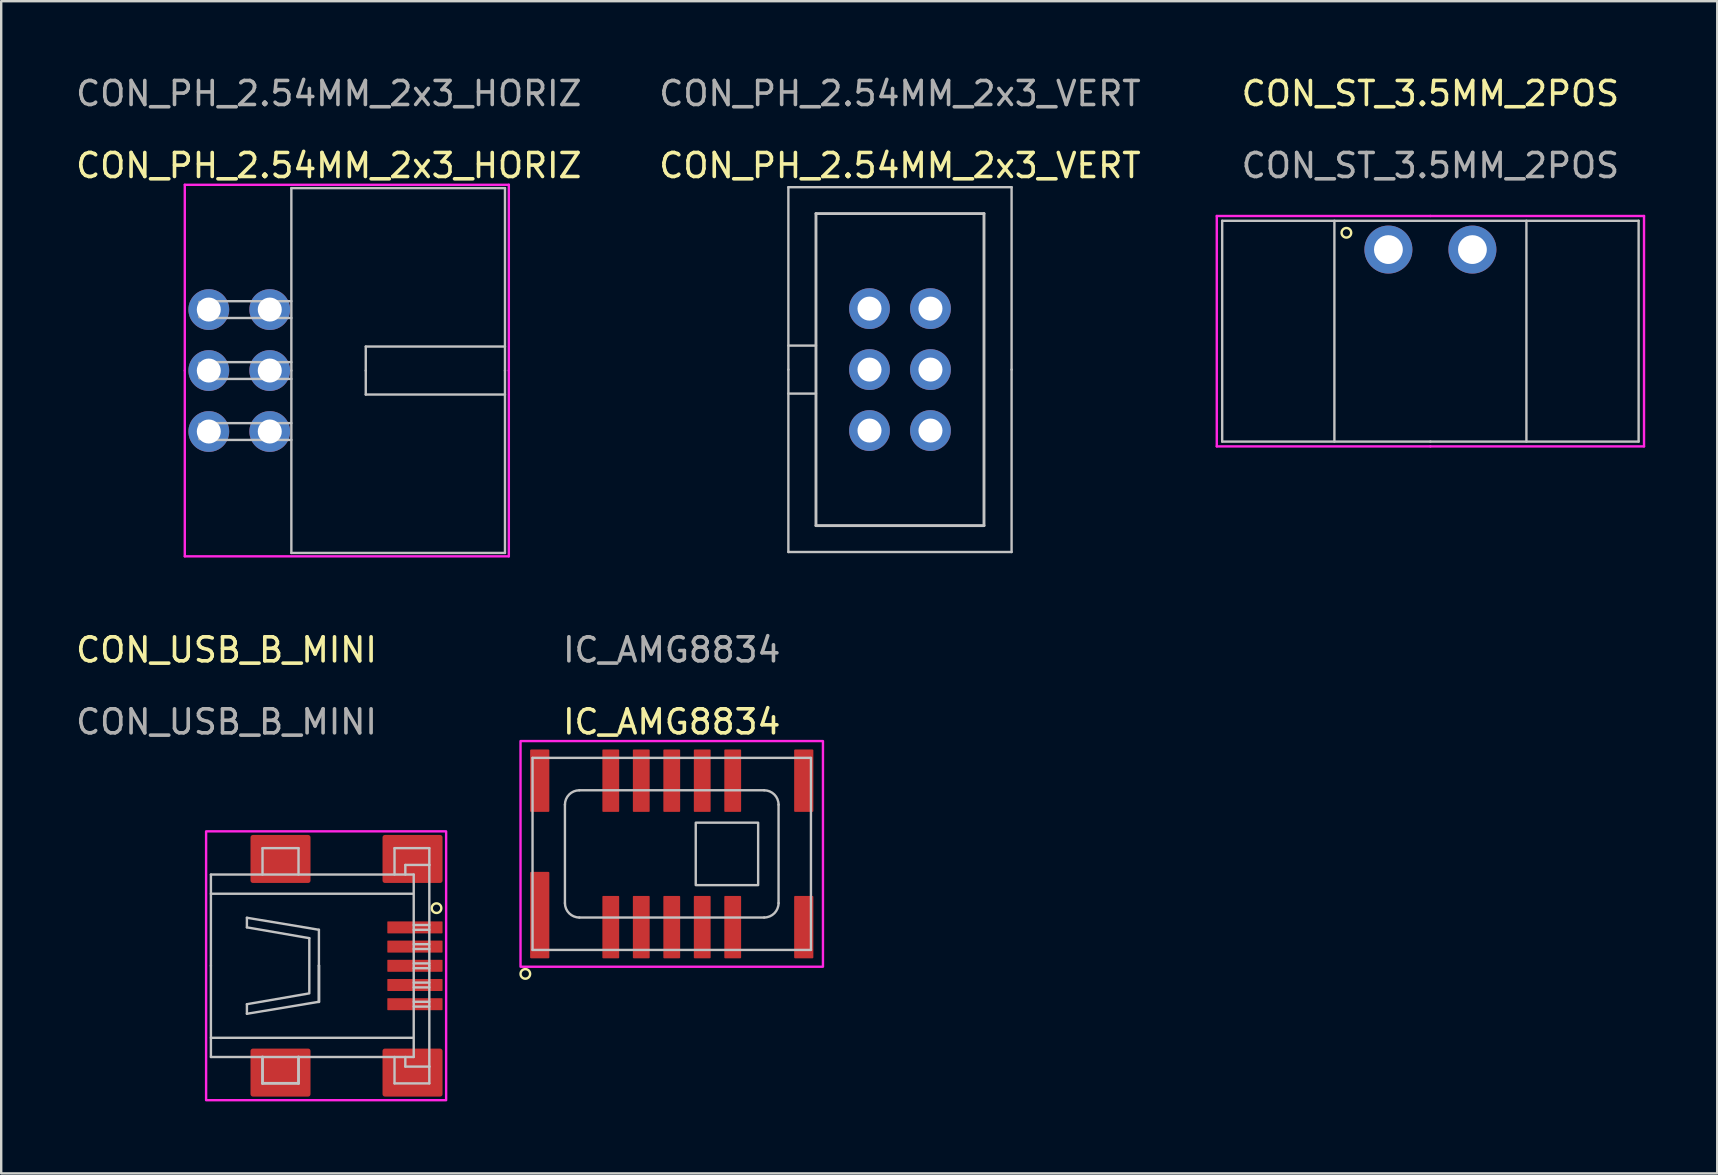
<source format=kicad_pcb>
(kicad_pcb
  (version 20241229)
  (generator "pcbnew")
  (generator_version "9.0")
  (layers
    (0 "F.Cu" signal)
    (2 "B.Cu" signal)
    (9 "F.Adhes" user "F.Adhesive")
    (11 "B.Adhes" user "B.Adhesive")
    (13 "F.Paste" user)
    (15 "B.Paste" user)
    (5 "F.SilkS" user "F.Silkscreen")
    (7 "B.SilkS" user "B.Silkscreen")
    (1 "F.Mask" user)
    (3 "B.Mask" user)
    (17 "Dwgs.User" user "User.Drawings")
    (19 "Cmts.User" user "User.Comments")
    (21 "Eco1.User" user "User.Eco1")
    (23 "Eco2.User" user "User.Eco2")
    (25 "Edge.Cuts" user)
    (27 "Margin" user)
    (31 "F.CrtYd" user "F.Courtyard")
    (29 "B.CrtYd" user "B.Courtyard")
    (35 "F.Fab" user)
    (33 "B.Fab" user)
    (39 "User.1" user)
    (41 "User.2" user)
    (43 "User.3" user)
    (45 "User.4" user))
  (footprint "CON_USB_B_MINI"
    (layer "F.Cu")
    (at 5.737 37.187)
    (property "Reference" "CON_USB_B_MINI" (at 0.65 -13.16 0) (unlocked yes) (layer "F.SilkS") (effects (font (size 1 1) (thickness 0.15))))
    (attr smd)
    (fp_rect (start 7.25 1.83) (end 9.75 -1.82) (stroke (width 0) (type solid)) (fill yes) (layer "F.Mask"))
    (fp_circle (center 9.4 -2.4) (end 9.6 -2.4) (stroke (width 0.1) (type default)) (fill no) (layer "F.SilkS"))
    (fp_line (start 0 -3.8) (end 8.45 -3.8) (stroke (width 0.1) (type default)) (layer "Dwgs.User"))
    (fp_line (start 0 -3) (end 8.4 -3) (stroke (width 0.1) (type default)) (layer "Dwgs.User"))
    (fp_line (start 0 0) (end 0 -3.8) (stroke (width 0.1) (type default)) (layer "Dwgs.User"))
    (fp_line (start 0 0) (end 0 3.8) (stroke (width 0.1) (type default)) (layer "Dwgs.User"))
    (fp_line (start 0 3) (end 8.4 3) (stroke (width 0.1) (type default)) (layer "Dwgs.User"))
    (fp_line (start 0 3.8) (end 8.45 3.8) (stroke (width 0.1) (type default)) (layer "Dwgs.User"))
    (fp_line (start 1.5 -2) (end 1.5 -1.6) (stroke (width 0.1) (type default)) (layer "Dwgs.User"))
    (fp_line (start 1.5 -2) (end 4.5 -1.5) (stroke (width 0.1) (type default)) (layer "Dwgs.User"))
    (fp_line (start 1.5 -1.6) (end 4.1 -1.15) (stroke (width 0.1) (type default)) (layer "Dwgs.User"))
    (fp_line (start 1.5 1.6) (end 1.5 2) (stroke (width 0.1) (type default)) (layer "Dwgs.User"))
    (fp_line (start 1.5 1.6) (end 4.1 1.15) (stroke (width 0.1) (type default)) (layer "Dwgs.User"))
    (fp_line (start 1.5 2) (end 4.5 1.5) (stroke (width 0.1) (type default)) (layer "Dwgs.User"))
    (fp_line (start 2.15 -4.9) (end 3.65 -4.9) (stroke (width 0.1) (type default)) (layer "Dwgs.User"))
    (fp_line (start 2.15 -3.8) (end 2.15 -4.9) (stroke (width 0.1) (type default)) (layer "Dwgs.User"))
    (fp_line (start 2.15 4.9) (end 2.15 3.8) (stroke (width 0.12) (type default)) (layer "Dwgs.User"))
    (fp_line (start 3.65 -4.9) (end 3.65 -3.8) (stroke (width 0.1) (type default)) (layer "Dwgs.User"))
    (fp_line (start 3.65 3.8) (end 3.65 4.9) (stroke (width 0.12) (type default)) (layer "Dwgs.User"))
    (fp_line (start 3.65 4.9) (end 2.15 4.9) (stroke (width 0.12) (type default)) (layer "Dwgs.User"))
    (fp_line (start 4.1 -1.15) (end 4.1 1.1) (stroke (width 0.1) (type default)) (layer "Dwgs.User"))
    (fp_line (start 4.5 -1.5) (end 4.5 0) (stroke (width 0.1) (type default)) (layer "Dwgs.User"))
    (fp_line (start 4.5 1.5) (end 4.5 0) (stroke (width 0.12) (type default)) (layer "Dwgs.User"))
    (fp_line (start 7.65 -4.9) (end 7.65 -3.8) (stroke (width 0.1) (type default)) (layer "Dwgs.User"))
    (fp_line (start 7.65 -4.9) (end 9.1 -4.9) (stroke (width 0.1) (type default)) (layer "Dwgs.User"))
    (fp_line (start 7.65 4.9) (end 7.65 3.8) (stroke (width 0.1) (type default)) (layer "Dwgs.User"))
    (fp_line (start 7.65 4.9) (end 9.1 4.9) (stroke (width 0.1) (type default)) (layer "Dwgs.User"))
    (fp_line (start 8.1 -4.2) (end 9.1 -4.2) (stroke (width 0.1) (type default)) (layer "Dwgs.User"))
    (fp_line (start 8.1 -3.8) (end 8.1 -4.2) (stroke (width 0.1) (type default)) (layer "Dwgs.User"))
    (fp_line (start 8.1 3.8) (end 8.1 4.2) (stroke (width 0.1) (type default)) (layer "Dwgs.User"))
    (fp_line (start 8.1 4.2) (end 9.1 4.2) (stroke (width 0.1) (type default)) (layer "Dwgs.User"))
    (fp_line (start 8.45 -3.8) (end 8.45 3.8) (stroke (width 0.1) (type default)) (layer "Dwgs.User"))
    (fp_line (start 8.45 -1.7) (end 9.1 -1.7) (stroke (width 0.1) (type default)) (layer "Dwgs.User"))
    (fp_line (start 8.45 -1.5) (end 9.1 -1.5) (stroke (width 0.1) (type default)) (layer "Dwgs.User"))
    (fp_line (start 8.45 -0.9) (end 9.1 -0.9) (stroke (width 0.1) (type default)) (layer "Dwgs.User"))
    (fp_line (start 8.45 -0.7) (end 9.1 -0.7) (stroke (width 0.1) (type default)) (layer "Dwgs.User"))
    (fp_line (start 8.45 -0.1) (end 9.1 -0.1) (stroke (width 0.1) (type default)) (layer "Dwgs.User"))
    (fp_line (start 8.45 0.1) (end 9.1 0.1) (stroke (width 0.1) (type default)) (layer "Dwgs.User"))
    (fp_line (start 8.45 0.7) (end 9.1 0.7) (stroke (width 0.1) (type default)) (layer "Dwgs.User"))
    (fp_line (start 8.45 0.9) (end 9.1 0.9) (stroke (width 0.1) (type default)) (layer "Dwgs.User"))
    (fp_line (start 8.45 1.5) (end 9.1 1.5) (stroke (width 0.1) (type default)) (layer "Dwgs.User"))
    (fp_line (start 8.45 1.7) (end 9.1 1.7) (stroke (width 0.1) (type default)) (layer "Dwgs.User"))
    (fp_line (start 9.1 -4.9) (end 9.1 -4.2) (stroke (width 0.1) (type default)) (layer "Dwgs.User"))
    (fp_line (start 9.1 -4.2) (end 9.1 0) (stroke (width 0.1) (type default)) (layer "Dwgs.User"))
    (fp_line (start 9.1 4.2) (end 9.1 0) (stroke (width 0.1) (type default)) (layer "Dwgs.User"))
    (fp_line (start 9.1 4.9) (end 9.1 4.2) (stroke (width 0.1) (type default)) (layer "Dwgs.User"))
    (fp_rect (start -0.2 5.6) (end 9.8 -5.6) (stroke (width 0.1) (type default)) (fill no) (layer "F.CrtYd"))
    (fp_text user "${REFERENCE}" (at 0.65 -10.16 0) (unlocked yes) (layer "F.Fab") (effects (font (size 1 1) (thickness 0.15))))
    (pad "" np_thru_hole circle (at 5.9 -2.2) (size 0.001 0.001) (drill 0.9) (layers "*.Cu" "*.Mask"))
    (pad "" np_thru_hole circle (at 5.9 2.2) (size 0.001 0.001) (drill 0.9) (layers "*.Cu" "*.Mask"))
    (pad "1" smd roundrect (at 8.5 -1.6) (size 2.3 0.5) (layers "F.Cu" "F.Mask" "F.Paste") (roundrect_rratio 0.05))
    (pad "2" smd roundrect (at 8.5 -0.8) (size 2.3 0.5) (layers "F.Cu" "F.Mask" "F.Paste") (roundrect_rratio 0.05))
    (pad "3" smd roundrect (at 8.5 0) (size 2.3 0.5) (layers "F.Cu" "F.Mask" "F.Paste") (roundrect_rratio 0.05))
    (pad "4" smd roundrect (at 8.5 0.8) (size 2.3 0.5) (layers "F.Cu" "F.Mask" "F.Paste") (roundrect_rratio 0.05))
    (pad "5" smd roundrect (at 8.5 1.6) (size 2.3 0.5) (layers "F.Cu" "F.Mask" "F.Paste") (roundrect_rratio 0.05))
    (pad "6" smd roundrect (at 2.9 -4.45) (size 2.5 2) (layers "F.Cu" "F.Mask" "F.Paste") (roundrect_rratio 0.05))
    (pad "6" smd roundrect (at 2.9 4.45) (size 2.5 2) (layers "F.Cu" "F.Mask" "F.Paste") (roundrect_rratio 0.05))
    (pad "6" smd roundrect (at 8.4 -4.45) (size 2.5 2) (layers "F.Cu" "F.Mask" "F.Paste") (roundrect_rratio 0.05))
    (pad "6" smd roundrect (at 8.4 4.45) (size 2.5 2) (layers "F.Cu" "F.Mask" "F.Paste") (roundrect_rratio 0.05)))
  (footprint "CON_PH_2.54MM_2x3_VERT"
    (layer "F.Cu")
    (at 34.446 12.348)
    (property "Reference" "CON_PH_2.54MM_2x3_VERT" (at 0 -8.5 0) (layer "F.SilkS") (effects (font (size 1 1) (thickness 0.15))))
    (attr through_hole)
    (fp_line (start -4.65 -7.6) (end 4.65 -7.6) (stroke (width 0.1) (type default)) (layer "Dwgs.User"))
    (fp_line (start -4.65 0) (end -4.65 -7.6) (stroke (width 0.1) (type default)) (layer "Dwgs.User"))
    (fp_line (start -4.65 7.6) (end -4.65 0) (stroke (width 0.1) (type default)) (layer "Dwgs.User"))
    (fp_line (start -4.65 7.6) (end 4.65 7.6) (stroke (width 0.1) (type default)) (layer "Dwgs.User"))
    (fp_line (start -3.5 -6.5) (end -3.5 6.5) (stroke (width 0.12) (type default)) (layer "Dwgs.User"))
    (fp_line (start -3.5 -1) (end -4.65 -1) (stroke (width 0.1) (type default)) (layer "Dwgs.User"))
    (fp_line (start -3.5 1) (end -4.65 1) (stroke (width 0.1) (type default)) (layer "Dwgs.User"))
    (fp_line (start -3.5 6.5) (end 3.5 6.5) (stroke (width 0.12) (type default)) (layer "Dwgs.User"))
    (fp_line (start 3.5 -6.5) (end -3.5 -6.5) (stroke (width 0.12) (type default)) (layer "Dwgs.User"))
    (fp_line (start 3.5 6.5) (end 3.5 -6.5) (stroke (width 0.12) (type default)) (layer "Dwgs.User"))
    (fp_line (start 4.65 0) (end 4.65 -7.6) (stroke (width 0.1) (type default)) (layer "Dwgs.User"))
    (fp_line (start 4.65 7.6) (end 4.65 0) (stroke (width 0.1) (type default)) (layer "Dwgs.User"))
    (fp_text user "${REFERENCE}" (at 0 -11.5 180) (layer "F.Fab") (effects (font (size 1 1) (thickness 0.15))))
    (pad "1" thru_hole circle (at -1.27 -2.54) (size 1.7 1.7) (drill 1) (layers "*.Cu" "*.Mask"))
    (pad "2" thru_hole oval (at 1.27 -2.54) (size 1.7 1.7) (drill 1) (layers "*.Cu" "*.Mask"))
    (pad "3" thru_hole oval (at -1.27 0) (size 1.7 1.7) (drill 1) (layers "*.Cu" "*.Mask"))
    (pad "4" thru_hole oval (at 1.27 0) (size 1.7 1.7) (drill 1) (layers "*.Cu" "*.Mask"))
    (pad "5" thru_hole oval (at -1.27 2.54) (size 1.7 1.7) (drill 1) (layers "*.Cu" "*.Mask"))
    (pad "6" thru_hole oval (at 1.27 2.54) (size 1.7 1.7) (drill 1) (layers "*.Cu" "*.Mask")))
  (footprint "CON_PH_2.54MM_2x3_HORIZ"
    (layer "F.Cu")
    (at 5.649 9.848)
    (property "Reference" "CON_PH_2.54MM_2x3_HORIZ" (at 5 -6 0) (layer "F.SilkS") (effects (font (size 1 1) (thickness 0.15))))
    (attr through_hole)
    (fp_line (start -0.16 -0.35) (end -0.16 0.35) (stroke (width 0.1) (type default)) (layer "Dwgs.User"))
    (fp_line (start -0.16 0.35) (end 3.44 0.35) (stroke (width 0.1) (type default)) (layer "Dwgs.User"))
    (fp_line (start -0.16 2.19) (end -0.16 2.89) (stroke (width 0.1) (type default)) (layer "Dwgs.User"))
    (fp_line (start -0.16 2.89) (end 3.44 2.89) (stroke (width 0.1) (type default)) (layer "Dwgs.User"))
    (fp_line (start -0.16 4.73) (end -0.16 5.43) (stroke (width 0.1) (type default)) (layer "Dwgs.User"))
    (fp_line (start -0.16 5.43) (end 3.44 5.43) (stroke (width 0.1) (type default)) (layer "Dwgs.User"))
    (fp_line (start 0.34 -0.35) (end 0.34 0.35) (stroke (width 0.1) (type default)) (layer "Dwgs.User"))
    (fp_line (start 0.34 2.19) (end 0.34 2.89) (stroke (width 0.1) (type default)) (layer "Dwgs.User"))
    (fp_line (start 0.34 4.73) (end 0.34 5.43) (stroke (width 0.1) (type default)) (layer "Dwgs.User"))
    (fp_line (start 2.34 -0.35) (end 2.34 0.35) (stroke (width 0.1) (type default)) (layer "Dwgs.User"))
    (fp_line (start 2.34 2.19) (end 2.34 2.89) (stroke (width 0.1) (type default)) (layer "Dwgs.User"))
    (fp_line (start 2.34 4.73) (end 2.34 5.43) (stroke (width 0.12) (type default)) (layer "Dwgs.User"))
    (fp_line (start 2.74 -0.35) (end 2.74 0.35) (stroke (width 0.1) (type default)) (layer "Dwgs.User"))
    (fp_line (start 2.74 2.19) (end 2.74 2.89) (stroke (width 0.1) (type default)) (layer "Dwgs.User"))
    (fp_line (start 2.74 4.73) (end 2.74 5.43) (stroke (width 0.12) (type default)) (layer "Dwgs.User"))
    (fp_line (start 3.44 -5.06) (end 12.34 -5.06) (stroke (width 0.1) (type default)) (layer "Dwgs.User"))
    (fp_line (start 3.44 -0.35) (end -0.16 -0.35) (stroke (width 0.1) (type default)) (layer "Dwgs.User"))
    (fp_line (start 3.44 2.19) (end -0.16 2.19) (stroke (width 0.1) (type default)) (layer "Dwgs.User"))
    (fp_line (start 3.44 2.54) (end 3.44 -5.06) (stroke (width 0.1) (type default)) (layer "Dwgs.User"))
    (fp_line (start 3.44 2.54) (end 3.44 10.14) (stroke (width 0.1) (type default)) (layer "Dwgs.User"))
    (fp_line (start 3.44 4.73) (end -0.16 4.73) (stroke (width 0.1) (type default)) (layer "Dwgs.User"))
    (fp_line (start 3.44 10.14) (end 12.34 10.14) (stroke (width 0.1) (type default)) (layer "Dwgs.User"))
    (fp_line (start 6.54 2.54) (end 6.54 1.54) (stroke (width 0.1) (type default)) (layer "Dwgs.User"))
    (fp_line (start 6.54 2.54) (end 6.54 3.54) (stroke (width 0.1) (type default)) (layer "Dwgs.User"))
    (fp_line (start 12.34 1.54) (end 6.54 1.54) (stroke (width 0.1) (type default)) (layer "Dwgs.User"))
    (fp_line (start 12.34 2.54) (end 12.34 -5.06) (stroke (width 0.1) (type default)) (layer "Dwgs.User"))
    (fp_line (start 12.34 3.54) (end 6.54 3.54) (stroke (width 0.1) (type default)) (layer "Dwgs.User"))
    (fp_line (start 12.34 10.14) (end 12.34 2.54) (stroke (width 0.1) (type default)) (layer "Dwgs.User"))
    (fp_line (start -1 -5.2) (end -1 2.54) (stroke (width 0.1) (type default)) (layer "F.CrtYd"))
    (fp_line (start -1 10.28) (end -1 2.54) (stroke (width 0.1) (type default)) (layer "F.CrtYd"))
    (fp_line (start 12.5 -5.2) (end -1 -5.2) (stroke (width 0.1) (type default)) (layer "F.CrtYd"))
    (fp_line (start 12.5 -5.2) (end 12.5 2.54) (stroke (width 0.1) (type default)) (layer "F.CrtYd"))
    (fp_line (start 12.5 10.28) (end -1 10.28) (stroke (width 0.1) (type default)) (layer "F.CrtYd"))
    (fp_line (start 12.5 10.28) (end 12.5 2.54) (stroke (width 0.1) (type default)) (layer "F.CrtYd"))
    (fp_line (start -0.39 -0.32) (end -0.39 0.32) (stroke (width 0.1) (type solid)) (layer "F.Fab"))
    (fp_line (start -0.39 2.22) (end -0.39 2.86) (stroke (width 0.1) (type solid)) (layer "F.Fab"))
    (fp_line (start -0.39 4.76) (end -0.39 5.4) (stroke (width 0.1) (type solid)) (layer "F.Fab"))
    (fp_text user "${REFERENCE}" (at 5 -9 0) (layer "F.Fab") (effects (font (size 1 1) (thickness 0.15))))
    (pad "1" thru_hole circle (at 0 0) (size 1.7 1.7) (drill 1) (layers "*.Cu" "*.Mask"))
    (pad "2" thru_hole oval (at 2.54 0) (size 1.7 1.7) (drill 1) (layers "*.Cu" "*.Mask"))
    (pad "3" thru_hole oval (at 0 2.54) (size 1.7 1.7) (drill 1) (layers "*.Cu" "*.Mask"))
    (pad "4" thru_hole oval (at 2.54 2.54) (size 1.7 1.7) (drill 1) (layers "*.Cu" "*.Mask"))
    (pad "5" thru_hole oval (at 0 5.08) (size 1.7 1.7) (drill 1) (layers "*.Cu" "*.Mask"))
    (pad "6" thru_hole oval (at 2.54 5.08) (size 1.7 1.7) (drill 1) (layers "*.Cu" "*.Mask")))
  (footprint "CON_ST_3.5MM_2POS"
    (layer "F.Cu")
    (at 56.545 7.348)
    (property "Reference" "CON_ST_3.5MM_2POS" (at 0 -6.5 0) (unlocked yes) (layer "F.SilkS") (effects (font (size 1 1) (thickness 0.15))))
    (attr through_hole)
    (fp_circle (center -3.5 -0.7) (end -3.3 -0.7) (stroke (width 0.1) (type default)) (fill no) (layer "F.SilkS"))
    (fp_line (start -8.675 8) (end -8.675 -1.2) (stroke (width 0.1) (type default)) (layer "Dwgs.User"))
    (fp_line (start -4 8) (end -4 -1.2) (stroke (width 0.1) (type default)) (layer "Dwgs.User"))
    (fp_line (start 0 8) (end -8.675 8) (stroke (width 0.1) (type default)) (layer "Dwgs.User"))
    (fp_line (start 0 8) (end 8.675 8) (stroke (width 0.1) (type default)) (layer "Dwgs.User"))
    (fp_line (start 4 8) (end 4 -1.2) (stroke (width 0.1) (type default)) (layer "Dwgs.User"))
    (fp_line (start 8.675 -1.2) (end -8.675 -1.2) (stroke (width 0.1) (type default)) (layer "Dwgs.User"))
    (fp_line (start 8.675 8) (end 8.675 -1.2) (stroke (width 0.1) (type default)) (layer "Dwgs.User"))
    (fp_line (start -8.9 -1.4) (end 0 -1.4) (stroke (width 0.1) (type default)) (layer "F.CrtYd"))
    (fp_line (start -8.9 8.2) (end -8.9 -1.4) (stroke (width 0.1) (type default)) (layer "F.CrtYd"))
    (fp_line (start -8.9 8.2) (end 0 8.2) (stroke (width 0.1) (type default)) (layer "F.CrtYd"))
    (fp_line (start 0 8.2) (end 8.9 8.2) (stroke (width 0.1) (type default)) (layer "F.CrtYd"))
    (fp_line (start 8.9 -1.4) (end 0 -1.4) (stroke (width 0.1) (type default)) (layer "F.CrtYd"))
    (fp_line (start 8.9 8.2) (end 8.9 -1.4) (stroke (width 0.1) (type default)) (layer "F.CrtYd"))
    (fp_text user "${REFERENCE}" (at 0 -3.5 0) (unlocked yes) (layer "F.Fab") (effects (font (size 1 1) (thickness 0.15))))
    (pad "" thru_hole circle (at -6.05 0.9) (size 0.001 0.001) (drill 2.4) (layers "*.Cu" "*.Mask"))
    (pad "" thru_hole circle (at 6.05 0.9) (size 0.001 0.001) (drill 2.4) (layers "*.Cu" "*.Mask"))
    (pad "1" thru_hole circle (at -1.75 0) (size 2 2) (drill 1.2) (layers "*.Cu" "*.Mask"))
    (pad "2" thru_hole circle (at 1.75 0) (size 2 2) (drill 1.2) (layers "*.Cu" "*.Mask")))
  (footprint "IC_AMG8834"
    (layer "F.Cu")
    (at 24.937 32.526)
    (property "Reference" "IC_AMG8834" (at 0 -5.5 0) (unlocked yes) (layer "F.SilkS") (effects (font (size 1 1) (thickness 0.15))))
    (attr smd)
    (fp_poly (pts (xy -2.86 -4.45) (xy 2.86 -4.45) (xy 2.86 -1.65) (xy -2.86 -1.65)) (stroke (width 0) (type solid)) (fill yes) (layer "F.Mask"))
    (fp_poly (pts (xy 2.86 4.45) (xy -2.86 4.45) (xy -2.86 1.65) (xy 2.86 1.65)) (stroke (width 0) (type solid)) (fill yes) (layer "F.Mask"))
    (fp_circle (center -6.1 5) (end -5.9 5) (stroke (width 0.1) (type default)) (fill no) (layer "F.SilkS"))
    (fp_line (start -5.8 -4) (end 5.8 -4) (stroke (width 0.1) (type default)) (layer "Dwgs.User"))
    (fp_line (start -5.8 4) (end -5.8 -4) (stroke (width 0.1) (type default)) (layer "Dwgs.User"))
    (fp_line (start -5.8 4) (end 5.8 4) (stroke (width 0.1) (type default)) (layer "Dwgs.User"))
    (fp_line (start -4.45 -2.05) (end -4.45 2.05) (stroke (width 0.1) (type default)) (layer "Dwgs.User"))
    (fp_line (start -3.85 -2.65) (end 3.85 -2.65) (stroke (width 0.1) (type default)) (layer "Dwgs.User"))
    (fp_line (start -3.85 2.65) (end 3.85 2.65) (stroke (width 0.1) (type default)) (layer "Dwgs.User"))
    (fp_line (start 4.45 -2.05) (end 4.45 2.05) (stroke (width 0.1) (type default)) (layer "Dwgs.User"))
    (fp_line (start 5.8 -4) (end 5.8 4) (stroke (width 0.1) (type default)) (layer "Dwgs.User"))
    (fp_rect (start 1 -1.3) (end 3.6 1.3) (stroke (width 0.1) (type default)) (fill no) (layer "Dwgs.User"))
    (fp_arc (start -4.45 -2.05) (mid -4.274263 -2.474263) (end -3.85 -2.65) (stroke (width 0.1) (type default)) (layer "Dwgs.User"))
    (fp_arc (start -3.85 2.65) (mid -4.274263 2.474263) (end -4.45 2.05) (stroke (width 0.1) (type default)) (layer "Dwgs.User"))
    (fp_arc (start 3.85 -2.65) (mid 4.274263 -2.474263) (end 4.45 -2.05) (stroke (width 0.1) (type default)) (layer "Dwgs.User"))
    (fp_arc (start 4.45 2.05) (mid 4.274263 2.474263) (end 3.85 2.65) (stroke (width 0.1) (type default)) (layer "Dwgs.User"))
    (fp_rect (start -6.3 -4.7) (end 6.3 4.7) (stroke (width 0.1) (type default)) (fill no) (layer "F.CrtYd"))
    (fp_text user "${REFERENCE}" (at 0 -8.5 0) (unlocked yes) (layer "F.Fab") (effects (font (size 1 1) (thickness 0.15))))
    (pad "1" smd roundrect (at -5.5 2.55) (size 0.8 3.6) (layers "F.Cu" "F.Mask" "F.Paste") (roundrect_rratio 0.05))
    (pad "2" smd roundrect (at -2.54 3.05) (size 0.7 2.6) (layers "F.Cu" "F.Mask" "F.Paste") (roundrect_rratio 0.05))
    (pad "3" smd roundrect (at -1.27 3.05) (size 0.7 2.6) (layers "F.Cu" "F.Mask" "F.Paste") (roundrect_rratio 0.05))
    (pad "4" smd roundrect (at 0 3.05) (size 0.7 2.6) (layers "F.Cu" "F.Mask" "F.Paste") (roundrect_rratio 0.05))
    (pad "5" smd roundrect (at 1.27 3.05) (size 0.7 2.6) (layers "F.Cu" "F.Mask" "F.Paste") (roundrect_rratio 0.05))
    (pad "6" smd roundrect (at 2.54 3.05) (size 0.7 2.6) (layers "F.Cu" "F.Mask" "F.Paste") (roundrect_rratio 0.05))
    (pad "7" smd roundrect (at 5.5 3.05) (size 0.8 2.6) (layers "F.Cu" "F.Mask" "F.Paste") (roundrect_rratio 0.05))
    (pad "8" smd roundrect (at 5.5 -3.05) (size 0.8 2.6) (layers "F.Cu" "F.Mask" "F.Paste") (roundrect_rratio 0.05))
    (pad "9" smd roundrect (at 2.54 -3.05) (size 0.7 2.6) (layers "F.Cu" "F.Mask" "F.Paste") (roundrect_rratio 0.05))
    (pad "10" smd roundrect (at 1.27 -3.05) (size 0.7 2.6) (layers "F.Cu" "F.Mask" "F.Paste") (roundrect_rratio 0.05))
    (pad "11" smd roundrect (at 0 -3.05) (size 0.7 2.6) (layers "F.Cu" "F.Mask" "F.Paste") (roundrect_rratio 0.05))
    (pad "12" smd roundrect (at -1.27 -3.05) (size 0.7 2.6) (layers "F.Cu" "F.Mask" "F.Paste") (roundrect_rratio 0.05))
    (pad "13" smd roundrect (at -2.54 -3.05) (size 0.7 2.6) (layers "F.Cu" "F.Mask" "F.Paste") (roundrect_rratio 0.05))
    (pad "14" smd roundrect (at -5.5 -3.05) (size 0.8 2.6) (layers "F.Cu" "F.Mask" "F.Paste") (roundrect_rratio 0.05)))
  (gr_rect
    (start -3 -3)
    (end 68.495 45.837)
    (stroke (width 0.1) (type default))
    (fill no)
    (layer "Edge.Cuts")))
</source>
